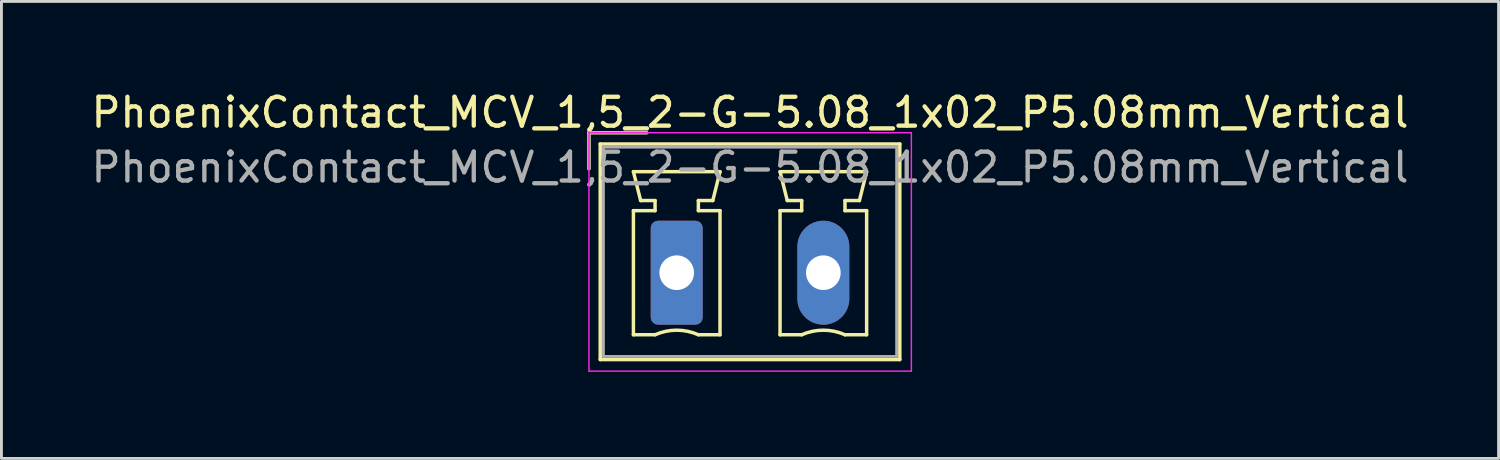
<source format=kicad_pcb>
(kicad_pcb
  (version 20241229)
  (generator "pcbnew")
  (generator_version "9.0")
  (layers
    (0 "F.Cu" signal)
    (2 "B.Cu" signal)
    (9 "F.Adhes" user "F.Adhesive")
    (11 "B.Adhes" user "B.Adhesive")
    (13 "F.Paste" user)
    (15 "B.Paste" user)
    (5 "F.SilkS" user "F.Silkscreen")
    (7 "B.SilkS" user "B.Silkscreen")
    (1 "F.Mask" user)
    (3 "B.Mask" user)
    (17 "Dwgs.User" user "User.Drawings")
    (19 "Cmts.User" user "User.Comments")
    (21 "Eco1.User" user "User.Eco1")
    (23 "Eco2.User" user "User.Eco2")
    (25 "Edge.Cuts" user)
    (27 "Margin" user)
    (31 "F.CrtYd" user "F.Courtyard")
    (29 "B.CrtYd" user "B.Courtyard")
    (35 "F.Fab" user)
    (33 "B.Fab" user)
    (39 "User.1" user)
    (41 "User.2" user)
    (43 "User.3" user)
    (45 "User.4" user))
  (footprint "PhoenixContact_MCV_1,5_2-G-5.08_1x02_P5.08mm_Vertical"
    (layer "F.Cu")
    (at 20.395 6.398)
    (property "Reference" "PhoenixContact_MCV_1,5_2-G-5.08_1x02_P5.08mm_Vertical" (at 2.54 -5.55 0) (layer "F.SilkS") (effects (font (size 1 1) (thickness 0.15))))
    (attr through_hole)
    (fp_line (start -3.04 -4.85) (end -1.04 -4.85) (stroke (width 0.12) (type solid)) (layer "F.SilkS"))
    (fp_line (start -3.04 -3.6) (end -3.04 -4.85) (stroke (width 0.12) (type solid)) (layer "F.SilkS"))
    (fp_line (start -2.65 -4.46) (end -2.65 3.01) (stroke (width 0.12) (type solid)) (layer "F.SilkS"))
    (fp_line (start -2.65 3.01) (end 7.73 3.01) (stroke (width 0.12) (type solid)) (layer "F.SilkS"))
    (fp_line (start -1.5 -3.5) (end 1.5 -3.5) (stroke (width 0.12) (type solid)) (layer "F.SilkS"))
    (fp_line (start -1.5 -2.15) (end -0.75 -2.15) (stroke (width 0.12) (type solid)) (layer "F.SilkS"))
    (fp_line (start -1.5 2.15) (end -1.5 -2.15) (stroke (width 0.12) (type solid)) (layer "F.SilkS"))
    (fp_line (start -1.25 -2.5) (end -1.5 -3.5) (stroke (width 0.12) (type solid)) (layer "F.SilkS"))
    (fp_line (start -0.75 -2.5) (end -1.25 -2.5) (stroke (width 0.12) (type solid)) (layer "F.SilkS"))
    (fp_line (start -0.75 -2.15) (end -0.75 -2.5) (stroke (width 0.12) (type solid)) (layer "F.SilkS"))
    (fp_line (start -0.75 2.15) (end -1.5 2.15) (stroke (width 0.12) (type solid)) (layer "F.SilkS"))
    (fp_line (start 0.75 -2.5) (end 0.75 -2.15) (stroke (width 0.12) (type solid)) (layer "F.SilkS"))
    (fp_line (start 0.75 -2.15) (end 1.5 -2.15) (stroke (width 0.12) (type solid)) (layer "F.SilkS"))
    (fp_line (start 1.25 -2.5) (end 0.75 -2.5) (stroke (width 0.12) (type solid)) (layer "F.SilkS"))
    (fp_line (start 1.5 -3.5) (end 1.25 -2.5) (stroke (width 0.12) (type solid)) (layer "F.SilkS"))
    (fp_line (start 1.5 -2.15) (end 1.5 2.15) (stroke (width 0.12) (type solid)) (layer "F.SilkS"))
    (fp_line (start 1.5 2.15) (end 0.75 2.15) (stroke (width 0.12) (type solid)) (layer "F.SilkS"))
    (fp_line (start 3.58 -3.5) (end 6.58 -3.5) (stroke (width 0.12) (type solid)) (layer "F.SilkS"))
    (fp_line (start 3.58 -2.15) (end 4.33 -2.15) (stroke (width 0.12) (type solid)) (layer "F.SilkS"))
    (fp_line (start 3.58 2.15) (end 3.58 -2.15) (stroke (width 0.12) (type solid)) (layer "F.SilkS"))
    (fp_line (start 3.83 -2.5) (end 3.58 -3.5) (stroke (width 0.12) (type solid)) (layer "F.SilkS"))
    (fp_line (start 4.33 -2.5) (end 3.83 -2.5) (stroke (width 0.12) (type solid)) (layer "F.SilkS"))
    (fp_line (start 4.33 -2.15) (end 4.33 -2.5) (stroke (width 0.12) (type solid)) (layer "F.SilkS"))
    (fp_line (start 4.33 2.15) (end 3.58 2.15) (stroke (width 0.12) (type solid)) (layer "F.SilkS"))
    (fp_line (start 5.83 -2.5) (end 5.83 -2.15) (stroke (width 0.12) (type solid)) (layer "F.SilkS"))
    (fp_line (start 5.83 -2.15) (end 6.58 -2.15) (stroke (width 0.12) (type solid)) (layer "F.SilkS"))
    (fp_line (start 6.33 -2.5) (end 5.83 -2.5) (stroke (width 0.12) (type solid)) (layer "F.SilkS"))
    (fp_line (start 6.58 -3.5) (end 6.33 -2.5) (stroke (width 0.12) (type solid)) (layer "F.SilkS"))
    (fp_line (start 6.58 -2.15) (end 6.58 2.15) (stroke (width 0.12) (type solid)) (layer "F.SilkS"))
    (fp_line (start 6.58 2.15) (end 5.83 2.15) (stroke (width 0.12) (type solid)) (layer "F.SilkS"))
    (fp_line (start 7.73 -4.46) (end -2.65 -4.46) (stroke (width 0.12) (type solid)) (layer "F.SilkS"))
    (fp_line (start 7.73 3.01) (end 7.73 -4.46) (stroke (width 0.12) (type solid)) (layer "F.SilkS"))
    (fp_arc (start -0.75 2.15) (mid -0.000193 1.99191) (end 0.749647 2.149844) (stroke (width 0.12) (type solid)) (layer "F.SilkS"))
    (fp_arc (start 4.33 2.15) (mid 5.079807 1.99191) (end 5.829647 2.149844) (stroke (width 0.12) (type solid)) (layer "F.SilkS"))
    (fp_line (start -3.04 -4.85) (end -3.04 3.41) (stroke (width 0.05) (type solid)) (layer "F.CrtYd"))
    (fp_line (start -3.04 3.41) (end 8.13 3.41) (stroke (width 0.05) (type solid)) (layer "F.CrtYd"))
    (fp_line (start 8.13 -4.85) (end -3.04 -4.85) (stroke (width 0.05) (type solid)) (layer "F.CrtYd"))
    (fp_line (start 8.13 3.41) (end 8.13 -4.85) (stroke (width 0.05) (type solid)) (layer "F.CrtYd"))
    (fp_line (start -3.04 -4.85) (end -1.04 -4.85) (stroke (width 0.1) (type solid)) (layer "F.Fab"))
    (fp_line (start -3.04 -3.6) (end -3.04 -4.85) (stroke (width 0.1) (type solid)) (layer "F.Fab"))
    (fp_line (start -2.54 -4.35) (end -2.54 2.9) (stroke (width 0.1) (type solid)) (layer "F.Fab"))
    (fp_line (start -2.54 2.9) (end 7.62 2.9) (stroke (width 0.1) (type solid)) (layer "F.Fab"))
    (fp_line (start 7.62 -4.35) (end -2.54 -4.35) (stroke (width 0.1) (type solid)) (layer "F.Fab"))
    (fp_line (start 7.62 2.9) (end 7.62 -4.35) (stroke (width 0.1) (type solid)) (layer "F.Fab"))
    (fp_text user "${REFERENCE}" (at 2.54 -3.65 0) (layer "F.Fab") (effects (font (size 1 1) (thickness 0.15))))
    (pad "1" thru_hole roundrect (at 0 0) (size 1.8 3.6) (drill 1.2) (layers "*.Cu" "*.Mask") (roundrect_rratio 0.139))
    (pad "2" thru_hole oval (at 5.08 0) (size 1.8 3.6) (drill 1.2) (layers "*.Cu" "*.Mask")))
  (gr_rect
    (start -3 -3)
    (end 48.869 12.833)
    (stroke (width 0.1) (type default))
    (fill no)
    (layer "Edge.Cuts")))
</source>
